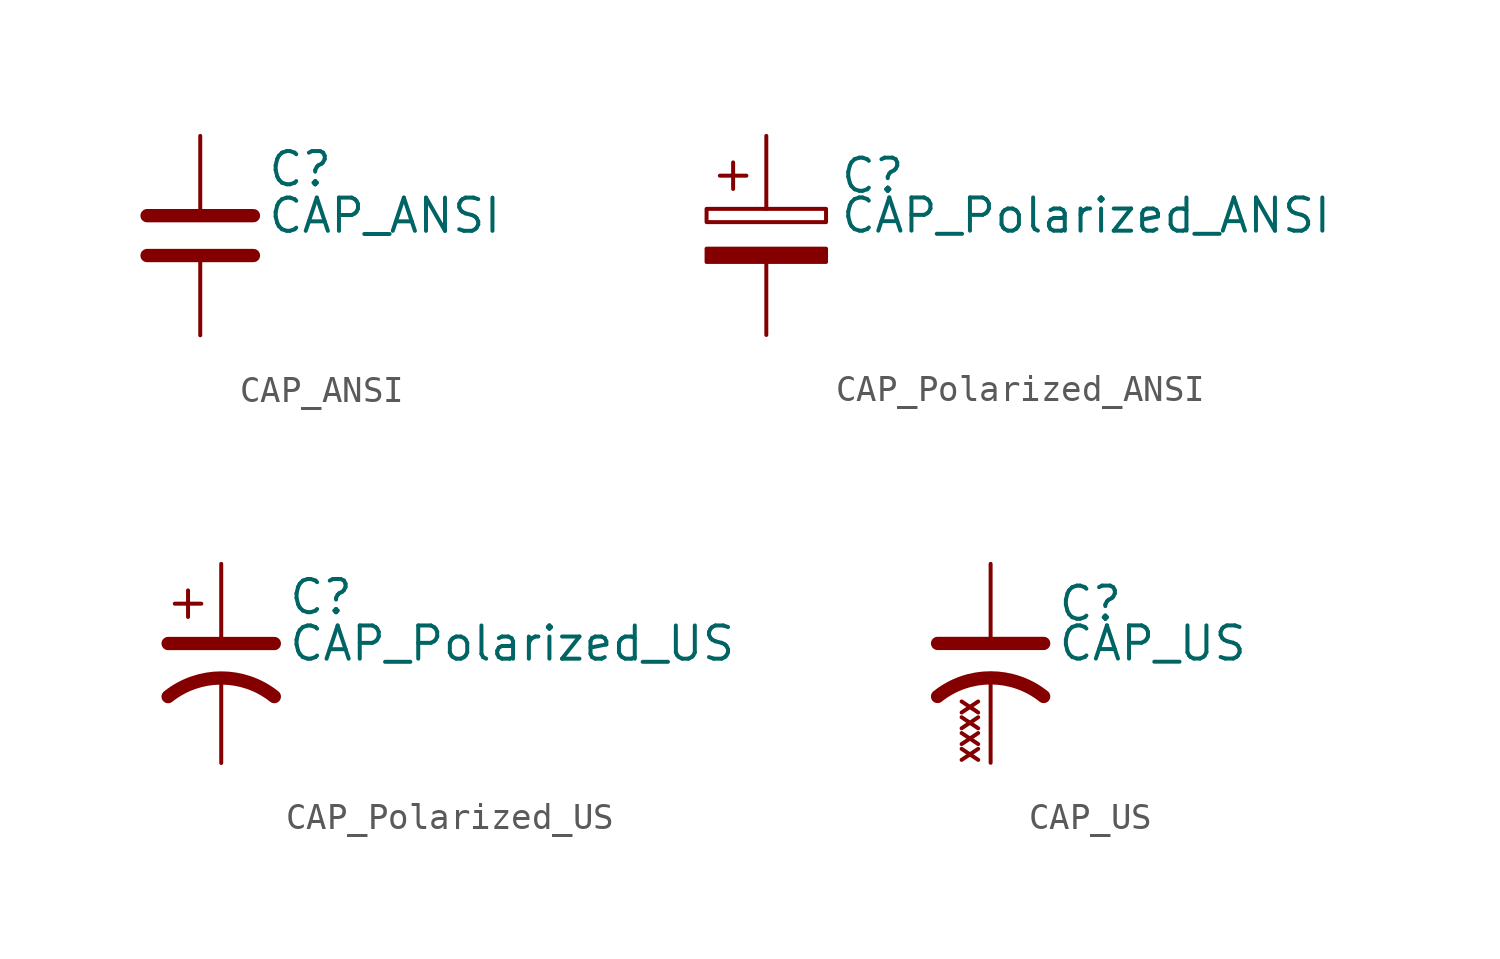
<source format=kicad_sym>
(kicad_symbol_lib
  (version 20241209)
  (generator "kicad_symbol_editor")
  (generator_version "9.0")
  (symbol "CAP_ANSI"
    (pin_numbers
      (hide yes))
    (pin_names
      (offset 0.254))
    (property "Reference" "C"
      (at 2.54 2.54 0)
      (effects (font (size 1.27 1.27)) (justify left)))
    (property "Value" "CAP_ANSI"
      (at 2.54 0.762 0)
      (effects (font (size 1.27 1.27)) (justify left)))
    (symbol "CAP_ANSI_0_1"
      (polyline (pts (xy -2.032 0.762) (xy 2.032 0.762)) (stroke (width 0.508) (type default)) (fill (type none)))
      (polyline (pts (xy -2.032 -0.762) (xy 2.032 -0.762)) (stroke (width 0.508) (type default)) (fill (type none))))
    (symbol "CAP_ANSI_1_1"
      (pin passive line (at 0 3.81 270) (length 2.794) (name "~" (effects (font (size 1.27 1.27)))) (number "1" (effects (font (size 1.27 1.27)))))
      (pin passive line (at 0 -3.81 90) (length 2.794) (name "~" (effects (font (size 1.27 1.27)))) (number "2" (effects (font (size 1.27 1.27)))))))
  (symbol "CAP_Polarized_ANSI"
    (pin_numbers
      (hide yes))
    (pin_names
      (offset 0.254))
    (property "Reference" "C"
      (at 2.794 2.286 0)
      (effects (font (size 1.27 1.27)) (justify left)))
    (property "Value" "CAP_Polarized_ANSI"
      (at 2.794 0.762 0)
      (effects (font (size 1.27 1.27)) (justify left)))
    (symbol "CAP_Polarized_ANSI_0_1"
      (rectangle (start -2.286 0.508) (end 2.286 1.016) (stroke (width 0) (type default)) (fill (type none)))
      (polyline (pts (xy -1.778 2.286) (xy -0.762 2.286)) (stroke (width 0) (type default)) (fill (type none)))
      (polyline (pts (xy -1.27 2.794) (xy -1.27 1.778)) (stroke (width 0) (type default)) (fill (type none)))
      (rectangle (start 2.286 -0.508) (end -2.286 -1.016) (stroke (width 0) (type default)) (fill (type outline))))
    (symbol "CAP_Polarized_ANSI_1_1"
      (pin passive line (at 0 3.81 270) (length 2.794) (name "~" (effects (font (size 1.27 1.27)))) (number "1" (effects (font (size 1.27 1.27)))))
      (pin passive line (at 0 -3.81 90) (length 2.794) (name "~" (effects (font (size 1.27 1.27)))) (number "2" (effects (font (size 1.27 1.27)))))))
  (symbol "CAP_Polarized_US"
    (pin_numbers
      (hide yes))
    (pin_names
      (offset 0.254)
      (hide yes))
    (property "Reference" "C"
      (at 2.54 2.54 0)
      (effects (font (size 1.27 1.27)) (justify left)))
    (property "Value" "CAP_Polarized_US"
      (at 2.54 0.762 0)
      (effects (font (size 1.27 1.27)) (justify left)))
    (symbol "CAP_Polarized_US_0_1"
      (polyline (pts (xy -2.032 0.762) (xy 2.032 0.762)) (stroke (width 0.508) (type default)) (fill (type none)))
      (polyline (pts (xy -1.778 2.286) (xy -0.762 2.286)) (stroke (width 0) (type default)) (fill (type none)))
      (polyline (pts (xy -1.27 1.778) (xy -1.27 2.794)) (stroke (width 0) (type default)) (fill (type none)))
      (arc (start -2.032 -1.27) (mid 0 -0.5572) (end 2.032 -1.27) (stroke (width 0.508) (type default)) (fill (type none))))
    (symbol "CAP_Polarized_US_1_1"
      (pin passive line (at 0 3.81 270) (length 2.794) (name "~" (effects (font (size 1.27 1.27)))) (number "1" (effects (font (size 1.27 1.27)))))
      (pin passive line (at 0 -3.81 90) (length 3.302) (name "~" (effects (font (size 1.27 1.27)))) (number "2" (effects (font (size 1.27 1.27)))))))
  (symbol "CAP_US"
    (pin_numbers
      (hide yes))
    (pin_names
      (offset 0.254)
      (hide yes))
    (property "Reference" "C"
      (at 2.54 2.286 0)
      (effects (font (size 1.27 1.27)) (justify left)))
    (property "Value" "CAP_US"
      (at 2.54 0.762 0)
      (effects (font (size 1.27 1.27)) (justify left)))
    (property "Package" "XXXX"
      (at -0.762 -1.27 90)
      (do_not_autoplace)
      (effects (font (size 0.635 0.635) (color 132 0 0 1)) (justify right)))
    (symbol "CAP_US_0_1"
      (polyline (pts (xy -2.032 0.762) (xy 2.032 0.762)) (stroke (width 0.508) (type default)) (fill (type none)))
      (arc (start -2.032 -1.27) (mid 0 -0.5572) (end 2.032 -1.27) (stroke (width 0.508) (type default)) (fill (type none))))
    (symbol "CAP_US_1_1"
      (pin passive line (at 0 3.81 270) (length 2.794) (name "~" (effects (font (size 1.27 1.27)))) (number "1" (effects (font (size 1.27 1.27)))))
      (pin passive line (at 0 -3.81 90) (length 3.302) (name "~" (effects (font (size 1.27 1.27)))) (number "2" (effects (font (size 1.27 1.27))))))))
</source>
